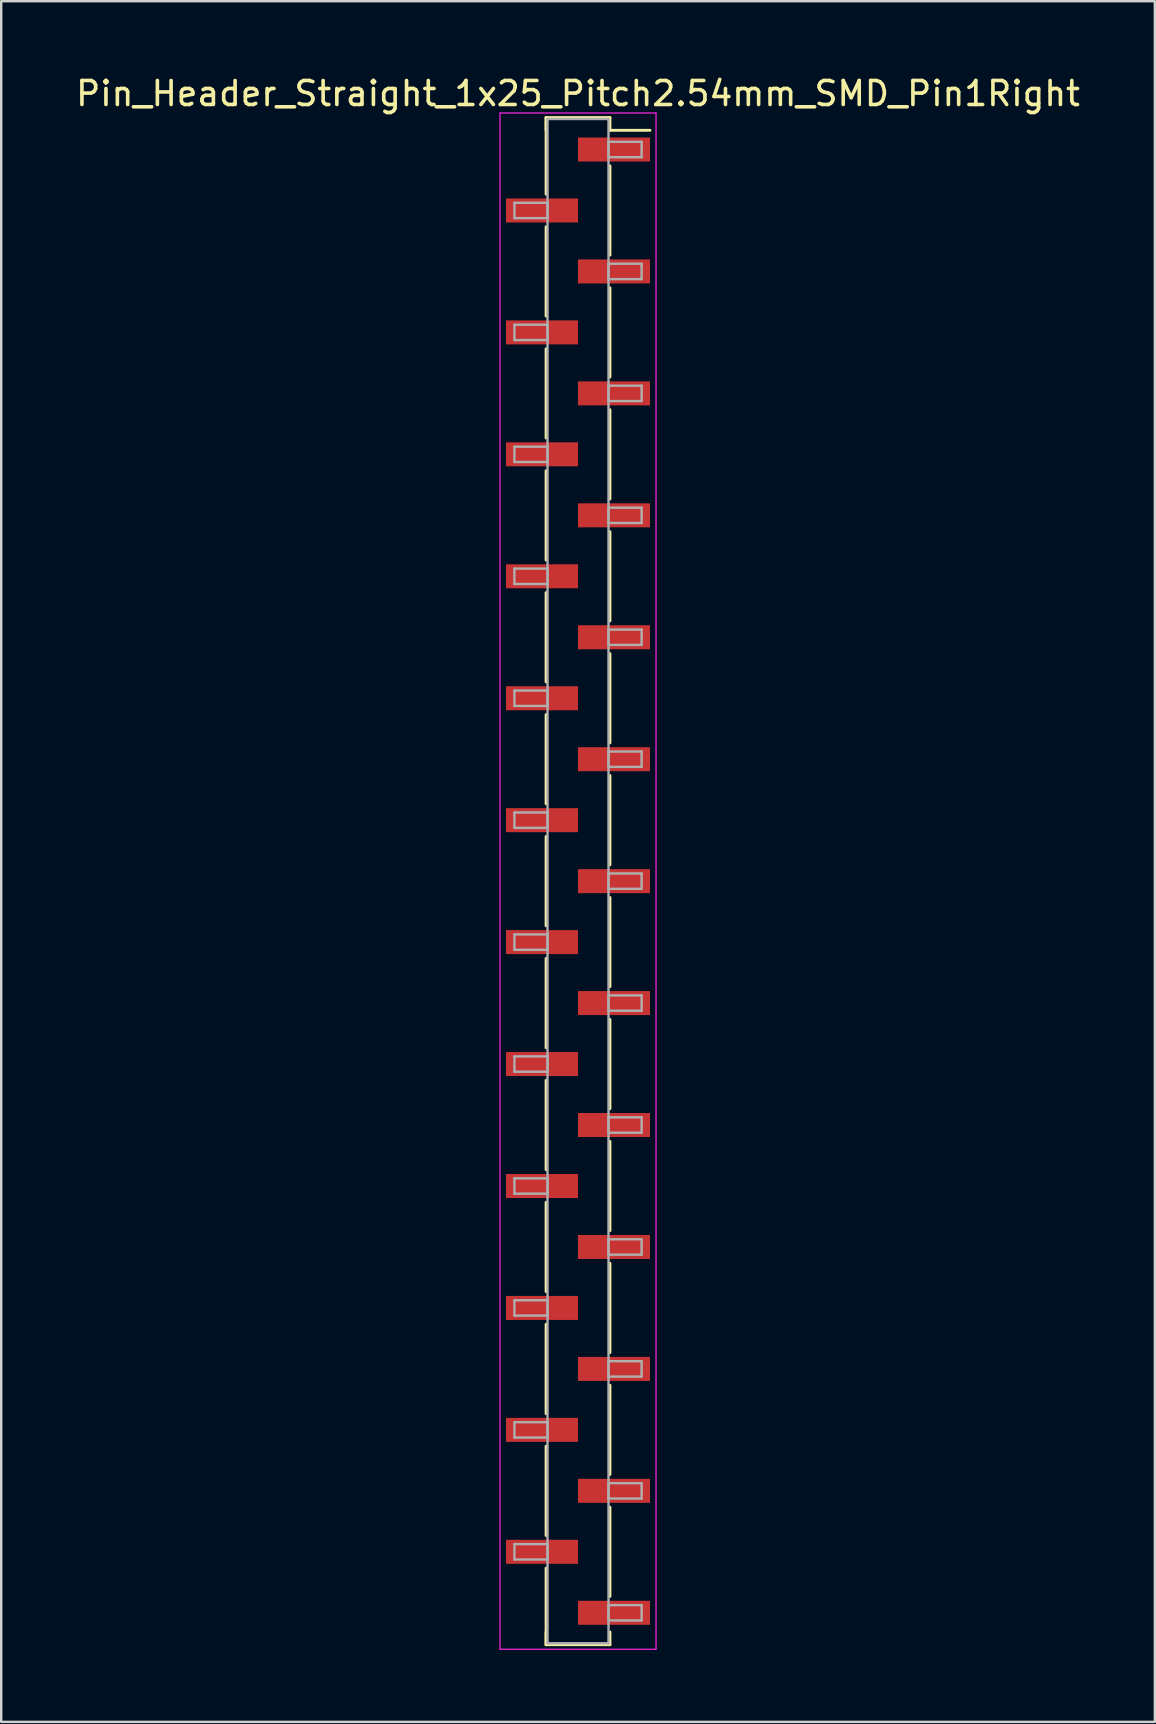
<source format=kicad_pcb>
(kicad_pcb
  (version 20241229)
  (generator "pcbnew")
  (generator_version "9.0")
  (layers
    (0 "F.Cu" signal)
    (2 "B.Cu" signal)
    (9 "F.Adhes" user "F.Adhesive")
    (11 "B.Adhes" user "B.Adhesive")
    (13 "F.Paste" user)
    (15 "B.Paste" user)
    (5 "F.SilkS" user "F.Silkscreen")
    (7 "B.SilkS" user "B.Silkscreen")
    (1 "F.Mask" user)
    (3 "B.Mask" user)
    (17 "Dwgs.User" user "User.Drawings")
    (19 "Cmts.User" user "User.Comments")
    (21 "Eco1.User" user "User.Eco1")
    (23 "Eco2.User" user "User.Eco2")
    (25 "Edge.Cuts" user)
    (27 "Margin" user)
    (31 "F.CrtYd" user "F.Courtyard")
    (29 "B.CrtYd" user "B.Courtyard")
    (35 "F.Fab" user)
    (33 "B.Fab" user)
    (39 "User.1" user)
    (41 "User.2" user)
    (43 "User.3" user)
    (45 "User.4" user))
  (footprint "Pin_Header_Straight_1x25_Pitch2.54mm_SMD_Pin1Right"
    (layer "F.Cu")
    (at 21.03 33.658)
    (property "Reference" "Pin_Header_Straight_1x25_Pitch2.54mm_SMD_Pin1Right" (at 0 -32.81 0) (layer "F.SilkS") (effects (font (size 1 1) (thickness 0.15))))
    (attr smd)
    (fp_line (start -1.33 -31.81) (end -1.33 -28.62) (stroke (width 0.12) (type solid)) (layer "F.SilkS"))
    (fp_line (start -1.33 -31.81) (end 1.33 -31.81) (stroke (width 0.12) (type solid)) (layer "F.SilkS"))
    (fp_line (start -1.33 -31.28) (end -1.33 -31.81) (stroke (width 0.12) (type solid)) (layer "F.SilkS"))
    (fp_line (start -1.33 -27.26) (end -1.33 -23.54) (stroke (width 0.12) (type solid)) (layer "F.SilkS"))
    (fp_line (start -1.33 -22.18) (end -1.33 -18.46) (stroke (width 0.12) (type solid)) (layer "F.SilkS"))
    (fp_line (start -1.33 -17.1) (end -1.33 -13.38) (stroke (width 0.12) (type solid)) (layer "F.SilkS"))
    (fp_line (start -1.33 -12.02) (end -1.33 -8.3) (stroke (width 0.12) (type solid)) (layer "F.SilkS"))
    (fp_line (start -1.33 -6.94) (end -1.33 -3.22) (stroke (width 0.12) (type solid)) (layer "F.SilkS"))
    (fp_line (start -1.33 -1.86) (end -1.33 1.86) (stroke (width 0.12) (type solid)) (layer "F.SilkS"))
    (fp_line (start -1.33 3.22) (end -1.33 6.94) (stroke (width 0.12) (type solid)) (layer "F.SilkS"))
    (fp_line (start -1.33 8.3) (end -1.33 12.02) (stroke (width 0.12) (type solid)) (layer "F.SilkS"))
    (fp_line (start -1.33 13.38) (end -1.33 17.1) (stroke (width 0.12) (type solid)) (layer "F.SilkS"))
    (fp_line (start -1.33 18.46) (end -1.33 22.18) (stroke (width 0.12) (type solid)) (layer "F.SilkS"))
    (fp_line (start -1.33 23.54) (end -1.33 27.26) (stroke (width 0.12) (type solid)) (layer "F.SilkS"))
    (fp_line (start -1.33 28.62) (end -1.33 31.81) (stroke (width 0.12) (type solid)) (layer "F.SilkS"))
    (fp_line (start -1.33 31.28) (end -1.33 31.81) (stroke (width 0.12) (type solid)) (layer "F.SilkS"))
    (fp_line (start -1.33 31.81) (end 1.33 31.81) (stroke (width 0.12) (type solid)) (layer "F.SilkS"))
    (fp_line (start 1.33 -31.81) (end 1.33 -31.28) (stroke (width 0.12) (type solid)) (layer "F.SilkS"))
    (fp_line (start 1.33 -31.28) (end 3 -31.28) (stroke (width 0.12) (type solid)) (layer "F.SilkS"))
    (fp_line (start 1.33 -29.8) (end 1.33 -26.08) (stroke (width 0.12) (type solid)) (layer "F.SilkS"))
    (fp_line (start 1.33 -24.72) (end 1.33 -21) (stroke (width 0.12) (type solid)) (layer "F.SilkS"))
    (fp_line (start 1.33 -19.64) (end 1.33 -15.92) (stroke (width 0.12) (type solid)) (layer "F.SilkS"))
    (fp_line (start 1.33 -14.56) (end 1.33 -10.84) (stroke (width 0.12) (type solid)) (layer "F.SilkS"))
    (fp_line (start 1.33 -9.48) (end 1.33 -5.76) (stroke (width 0.12) (type solid)) (layer "F.SilkS"))
    (fp_line (start 1.33 -4.4) (end 1.33 -0.68) (stroke (width 0.12) (type solid)) (layer "F.SilkS"))
    (fp_line (start 1.33 0.68) (end 1.33 4.4) (stroke (width 0.12) (type solid)) (layer "F.SilkS"))
    (fp_line (start 1.33 5.76) (end 1.33 9.48) (stroke (width 0.12) (type solid)) (layer "F.SilkS"))
    (fp_line (start 1.33 10.84) (end 1.33 14.56) (stroke (width 0.12) (type solid)) (layer "F.SilkS"))
    (fp_line (start 1.33 15.92) (end 1.33 19.64) (stroke (width 0.12) (type solid)) (layer "F.SilkS"))
    (fp_line (start 1.33 21) (end 1.33 24.72) (stroke (width 0.12) (type solid)) (layer "F.SilkS"))
    (fp_line (start 1.33 26.08) (end 1.33 29.8) (stroke (width 0.12) (type solid)) (layer "F.SilkS"))
    (fp_line (start 1.33 31.81) (end 1.33 31.28) (stroke (width 0.12) (type solid)) (layer "F.SilkS"))
    (fp_line (start -3.25 -32) (end -3.25 32) (stroke (width 0.05) (type solid)) (layer "F.CrtYd"))
    (fp_line (start -3.25 32) (end 3.25 32) (stroke (width 0.05) (type solid)) (layer "F.CrtYd"))
    (fp_line (start 3.25 -32) (end -3.25 -32) (stroke (width 0.05) (type solid)) (layer "F.CrtYd"))
    (fp_line (start 3.25 32) (end 3.25 -32) (stroke (width 0.05) (type solid)) (layer "F.CrtYd"))
    (fp_line (start -2.65 -28.26) (end -1.27 -28.26) (stroke (width 0.1) (type solid)) (layer "F.Fab"))
    (fp_line (start -2.65 -27.62) (end -2.65 -28.26) (stroke (width 0.1) (type solid)) (layer "F.Fab"))
    (fp_line (start -2.65 -23.18) (end -1.27 -23.18) (stroke (width 0.1) (type solid)) (layer "F.Fab"))
    (fp_line (start -2.65 -22.54) (end -2.65 -23.18) (stroke (width 0.1) (type solid)) (layer "F.Fab"))
    (fp_line (start -2.65 -18.1) (end -1.27 -18.1) (stroke (width 0.1) (type solid)) (layer "F.Fab"))
    (fp_line (start -2.65 -17.46) (end -2.65 -18.1) (stroke (width 0.1) (type solid)) (layer "F.Fab"))
    (fp_line (start -2.65 -13.02) (end -1.27 -13.02) (stroke (width 0.1) (type solid)) (layer "F.Fab"))
    (fp_line (start -2.65 -12.38) (end -2.65 -13.02) (stroke (width 0.1) (type solid)) (layer "F.Fab"))
    (fp_line (start -2.65 -7.94) (end -1.27 -7.94) (stroke (width 0.1) (type solid)) (layer "F.Fab"))
    (fp_line (start -2.65 -7.3) (end -2.65 -7.94) (stroke (width 0.1) (type solid)) (layer "F.Fab"))
    (fp_line (start -2.65 -2.86) (end -1.27 -2.86) (stroke (width 0.1) (type solid)) (layer "F.Fab"))
    (fp_line (start -2.65 -2.22) (end -2.65 -2.86) (stroke (width 0.1) (type solid)) (layer "F.Fab"))
    (fp_line (start -2.65 2.22) (end -1.27 2.22) (stroke (width 0.1) (type solid)) (layer "F.Fab"))
    (fp_line (start -2.65 2.86) (end -2.65 2.22) (stroke (width 0.1) (type solid)) (layer "F.Fab"))
    (fp_line (start -2.65 7.3) (end -1.27 7.3) (stroke (width 0.1) (type solid)) (layer "F.Fab"))
    (fp_line (start -2.65 7.94) (end -2.65 7.3) (stroke (width 0.1) (type solid)) (layer "F.Fab"))
    (fp_line (start -2.65 12.38) (end -1.27 12.38) (stroke (width 0.1) (type solid)) (layer "F.Fab"))
    (fp_line (start -2.65 13.02) (end -2.65 12.38) (stroke (width 0.1) (type solid)) (layer "F.Fab"))
    (fp_line (start -2.65 17.46) (end -1.27 17.46) (stroke (width 0.1) (type solid)) (layer "F.Fab"))
    (fp_line (start -2.65 18.1) (end -2.65 17.46) (stroke (width 0.1) (type solid)) (layer "F.Fab"))
    (fp_line (start -2.65 22.54) (end -1.27 22.54) (stroke (width 0.1) (type solid)) (layer "F.Fab"))
    (fp_line (start -2.65 23.18) (end -2.65 22.54) (stroke (width 0.1) (type solid)) (layer "F.Fab"))
    (fp_line (start -2.65 27.62) (end -1.27 27.62) (stroke (width 0.1) (type solid)) (layer "F.Fab"))
    (fp_line (start -2.65 28.26) (end -2.65 27.62) (stroke (width 0.1) (type solid)) (layer "F.Fab"))
    (fp_line (start -1.27 -31.75) (end -1.27 31.75) (stroke (width 0.1) (type solid)) (layer "F.Fab"))
    (fp_line (start -1.27 -28.26) (end -1.27 -27.62) (stroke (width 0.1) (type solid)) (layer "F.Fab"))
    (fp_line (start -1.27 -27.62) (end -2.65 -27.62) (stroke (width 0.1) (type solid)) (layer "F.Fab"))
    (fp_line (start -1.27 -23.18) (end -1.27 -22.54) (stroke (width 0.1) (type solid)) (layer "F.Fab"))
    (fp_line (start -1.27 -22.54) (end -2.65 -22.54) (stroke (width 0.1) (type solid)) (layer "F.Fab"))
    (fp_line (start -1.27 -18.1) (end -1.27 -17.46) (stroke (width 0.1) (type solid)) (layer "F.Fab"))
    (fp_line (start -1.27 -17.46) (end -2.65 -17.46) (stroke (width 0.1) (type solid)) (layer "F.Fab"))
    (fp_line (start -1.27 -13.02) (end -1.27 -12.38) (stroke (width 0.1) (type solid)) (layer "F.Fab"))
    (fp_line (start -1.27 -12.38) (end -2.65 -12.38) (stroke (width 0.1) (type solid)) (layer "F.Fab"))
    (fp_line (start -1.27 -7.94) (end -1.27 -7.3) (stroke (width 0.1) (type solid)) (layer "F.Fab"))
    (fp_line (start -1.27 -7.3) (end -2.65 -7.3) (stroke (width 0.1) (type solid)) (layer "F.Fab"))
    (fp_line (start -1.27 -2.86) (end -1.27 -2.22) (stroke (width 0.1) (type solid)) (layer "F.Fab"))
    (fp_line (start -1.27 -2.22) (end -2.65 -2.22) (stroke (width 0.1) (type solid)) (layer "F.Fab"))
    (fp_line (start -1.27 2.22) (end -1.27 2.86) (stroke (width 0.1) (type solid)) (layer "F.Fab"))
    (fp_line (start -1.27 2.86) (end -2.65 2.86) (stroke (width 0.1) (type solid)) (layer "F.Fab"))
    (fp_line (start -1.27 7.3) (end -1.27 7.94) (stroke (width 0.1) (type solid)) (layer "F.Fab"))
    (fp_line (start -1.27 7.94) (end -2.65 7.94) (stroke (width 0.1) (type solid)) (layer "F.Fab"))
    (fp_line (start -1.27 12.38) (end -1.27 13.02) (stroke (width 0.1) (type solid)) (layer "F.Fab"))
    (fp_line (start -1.27 13.02) (end -2.65 13.02) (stroke (width 0.1) (type solid)) (layer "F.Fab"))
    (fp_line (start -1.27 17.46) (end -1.27 18.1) (stroke (width 0.1) (type solid)) (layer "F.Fab"))
    (fp_line (start -1.27 18.1) (end -2.65 18.1) (stroke (width 0.1) (type solid)) (layer "F.Fab"))
    (fp_line (start -1.27 22.54) (end -1.27 23.18) (stroke (width 0.1) (type solid)) (layer "F.Fab"))
    (fp_line (start -1.27 23.18) (end -2.65 23.18) (stroke (width 0.1) (type solid)) (layer "F.Fab"))
    (fp_line (start -1.27 27.62) (end -1.27 28.26) (stroke (width 0.1) (type solid)) (layer "F.Fab"))
    (fp_line (start -1.27 28.26) (end -2.65 28.26) (stroke (width 0.1) (type solid)) (layer "F.Fab"))
    (fp_line (start -1.27 31.75) (end 1.27 31.75) (stroke (width 0.1) (type solid)) (layer "F.Fab"))
    (fp_line (start 1.27 -31.75) (end -1.27 -31.75) (stroke (width 0.1) (type solid)) (layer "F.Fab"))
    (fp_line (start 1.27 -30.8) (end 1.27 -30.16) (stroke (width 0.1) (type solid)) (layer "F.Fab"))
    (fp_line (start 1.27 -30.16) (end 2.65 -30.16) (stroke (width 0.1) (type solid)) (layer "F.Fab"))
    (fp_line (start 1.27 -25.72) (end 1.27 -25.08) (stroke (width 0.1) (type solid)) (layer "F.Fab"))
    (fp_line (start 1.27 -25.08) (end 2.65 -25.08) (stroke (width 0.1) (type solid)) (layer "F.Fab"))
    (fp_line (start 1.27 -20.64) (end 1.27 -20) (stroke (width 0.1) (type solid)) (layer "F.Fab"))
    (fp_line (start 1.27 -20) (end 2.65 -20) (stroke (width 0.1) (type solid)) (layer "F.Fab"))
    (fp_line (start 1.27 -15.56) (end 1.27 -14.92) (stroke (width 0.1) (type solid)) (layer "F.Fab"))
    (fp_line (start 1.27 -14.92) (end 2.65 -14.92) (stroke (width 0.1) (type solid)) (layer "F.Fab"))
    (fp_line (start 1.27 -10.48) (end 1.27 -9.84) (stroke (width 0.1) (type solid)) (layer "F.Fab"))
    (fp_line (start 1.27 -9.84) (end 2.65 -9.84) (stroke (width 0.1) (type solid)) (layer "F.Fab"))
    (fp_line (start 1.27 -5.4) (end 1.27 -4.76) (stroke (width 0.1) (type solid)) (layer "F.Fab"))
    (fp_line (start 1.27 -4.76) (end 2.65 -4.76) (stroke (width 0.1) (type solid)) (layer "F.Fab"))
    (fp_line (start 1.27 -0.32) (end 1.27 0.32) (stroke (width 0.1) (type solid)) (layer "F.Fab"))
    (fp_line (start 1.27 0.32) (end 2.65 0.32) (stroke (width 0.1) (type solid)) (layer "F.Fab"))
    (fp_line (start 1.27 4.76) (end 1.27 5.4) (stroke (width 0.1) (type solid)) (layer "F.Fab"))
    (fp_line (start 1.27 5.4) (end 2.65 5.4) (stroke (width 0.1) (type solid)) (layer "F.Fab"))
    (fp_line (start 1.27 9.84) (end 1.27 10.48) (stroke (width 0.1) (type solid)) (layer "F.Fab"))
    (fp_line (start 1.27 10.48) (end 2.65 10.48) (stroke (width 0.1) (type solid)) (layer "F.Fab"))
    (fp_line (start 1.27 14.92) (end 1.27 15.56) (stroke (width 0.1) (type solid)) (layer "F.Fab"))
    (fp_line (start 1.27 15.56) (end 2.65 15.56) (stroke (width 0.1) (type solid)) (layer "F.Fab"))
    (fp_line (start 1.27 20) (end 1.27 20.64) (stroke (width 0.1) (type solid)) (layer "F.Fab"))
    (fp_line (start 1.27 20.64) (end 2.65 20.64) (stroke (width 0.1) (type solid)) (layer "F.Fab"))
    (fp_line (start 1.27 25.08) (end 1.27 25.72) (stroke (width 0.1) (type solid)) (layer "F.Fab"))
    (fp_line (start 1.27 25.72) (end 2.65 25.72) (stroke (width 0.1) (type solid)) (layer "F.Fab"))
    (fp_line (start 1.27 30.16) (end 1.27 30.8) (stroke (width 0.1) (type solid)) (layer "F.Fab"))
    (fp_line (start 1.27 30.8) (end 2.65 30.8) (stroke (width 0.1) (type solid)) (layer "F.Fab"))
    (fp_line (start 1.27 31.75) (end 1.27 -31.75) (stroke (width 0.1) (type solid)) (layer "F.Fab"))
    (fp_line (start 2.65 -30.8) (end 1.27 -30.8) (stroke (width 0.1) (type solid)) (layer "F.Fab"))
    (fp_line (start 2.65 -30.16) (end 2.65 -30.8) (stroke (width 0.1) (type solid)) (layer "F.Fab"))
    (fp_line (start 2.65 -25.72) (end 1.27 -25.72) (stroke (width 0.1) (type solid)) (layer "F.Fab"))
    (fp_line (start 2.65 -25.08) (end 2.65 -25.72) (stroke (width 0.1) (type solid)) (layer "F.Fab"))
    (fp_line (start 2.65 -20.64) (end 1.27 -20.64) (stroke (width 0.1) (type solid)) (layer "F.Fab"))
    (fp_line (start 2.65 -20) (end 2.65 -20.64) (stroke (width 0.1) (type solid)) (layer "F.Fab"))
    (fp_line (start 2.65 -15.56) (end 1.27 -15.56) (stroke (width 0.1) (type solid)) (layer "F.Fab"))
    (fp_line (start 2.65 -14.92) (end 2.65 -15.56) (stroke (width 0.1) (type solid)) (layer "F.Fab"))
    (fp_line (start 2.65 -10.48) (end 1.27 -10.48) (stroke (width 0.1) (type solid)) (layer "F.Fab"))
    (fp_line (start 2.65 -9.84) (end 2.65 -10.48) (stroke (width 0.1) (type solid)) (layer "F.Fab"))
    (fp_line (start 2.65 -5.4) (end 1.27 -5.4) (stroke (width 0.1) (type solid)) (layer "F.Fab"))
    (fp_line (start 2.65 -4.76) (end 2.65 -5.4) (stroke (width 0.1) (type solid)) (layer "F.Fab"))
    (fp_line (start 2.65 -0.32) (end 1.27 -0.32) (stroke (width 0.1) (type solid)) (layer "F.Fab"))
    (fp_line (start 2.65 0.32) (end 2.65 -0.32) (stroke (width 0.1) (type solid)) (layer "F.Fab"))
    (fp_line (start 2.65 4.76) (end 1.27 4.76) (stroke (width 0.1) (type solid)) (layer "F.Fab"))
    (fp_line (start 2.65 5.4) (end 2.65 4.76) (stroke (width 0.1) (type solid)) (layer "F.Fab"))
    (fp_line (start 2.65 9.84) (end 1.27 9.84) (stroke (width 0.1) (type solid)) (layer "F.Fab"))
    (fp_line (start 2.65 10.48) (end 2.65 9.84) (stroke (width 0.1) (type solid)) (layer "F.Fab"))
    (fp_line (start 2.65 14.92) (end 1.27 14.92) (stroke (width 0.1) (type solid)) (layer "F.Fab"))
    (fp_line (start 2.65 15.56) (end 2.65 14.92) (stroke (width 0.1) (type solid)) (layer "F.Fab"))
    (fp_line (start 2.65 20) (end 1.27 20) (stroke (width 0.1) (type solid)) (layer "F.Fab"))
    (fp_line (start 2.65 20.64) (end 2.65 20) (stroke (width 0.1) (type solid)) (layer "F.Fab"))
    (fp_line (start 2.65 25.08) (end 1.27 25.08) (stroke (width 0.1) (type solid)) (layer "F.Fab"))
    (fp_line (start 2.65 25.72) (end 2.65 25.08) (stroke (width 0.1) (type solid)) (layer "F.Fab"))
    (fp_line (start 2.65 30.16) (end 1.27 30.16) (stroke (width 0.1) (type solid)) (layer "F.Fab"))
    (fp_line (start 2.65 30.8) (end 2.65 30.16) (stroke (width 0.1) (type solid)) (layer "F.Fab"))
    (pad "1" smd rect (at 1.5 -30.48) (size 3 1) (layers "F.Cu" "F.Mask"))
    (pad "2" smd rect (at -1.5 -27.94) (size 3 1) (layers "F.Cu" "F.Mask"))
    (pad "3" smd rect (at 1.5 -25.4) (size 3 1) (layers "F.Cu" "F.Mask"))
    (pad "4" smd rect (at -1.5 -22.86) (size 3 1) (layers "F.Cu" "F.Mask"))
    (pad "5" smd rect (at 1.5 -20.32) (size 3 1) (layers "F.Cu" "F.Mask"))
    (pad "6" smd rect (at -1.5 -17.78) (size 3 1) (layers "F.Cu" "F.Mask"))
    (pad "7" smd rect (at 1.5 -15.24) (size 3 1) (layers "F.Cu" "F.Mask"))
    (pad "8" smd rect (at -1.5 -12.7) (size 3 1) (layers "F.Cu" "F.Mask"))
    (pad "9" smd rect (at 1.5 -10.16) (size 3 1) (layers "F.Cu" "F.Mask"))
    (pad "10" smd rect (at -1.5 -7.62) (size 3 1) (layers "F.Cu" "F.Mask"))
    (pad "11" smd rect (at 1.5 -5.08) (size 3 1) (layers "F.Cu" "F.Mask"))
    (pad "12" smd rect (at -1.5 -2.54) (size 3 1) (layers "F.Cu" "F.Mask"))
    (pad "13" smd rect (at 1.5 0) (size 3 1) (layers "F.Cu" "F.Mask"))
    (pad "14" smd rect (at -1.5 2.54) (size 3 1) (layers "F.Cu" "F.Mask"))
    (pad "15" smd rect (at 1.5 5.08) (size 3 1) (layers "F.Cu" "F.Mask"))
    (pad "16" smd rect (at -1.5 7.62) (size 3 1) (layers "F.Cu" "F.Mask"))
    (pad "17" smd rect (at 1.5 10.16) (size 3 1) (layers "F.Cu" "F.Mask"))
    (pad "18" smd rect (at -1.5 12.7) (size 3 1) (layers "F.Cu" "F.Mask"))
    (pad "19" smd rect (at 1.5 15.24) (size 3 1) (layers "F.Cu" "F.Mask"))
    (pad "20" smd rect (at -1.5 17.78) (size 3 1) (layers "F.Cu" "F.Mask"))
    (pad "21" smd rect (at 1.5 20.32) (size 3 1) (layers "F.Cu" "F.Mask"))
    (pad "22" smd rect (at -1.5 22.86) (size 3 1) (layers "F.Cu" "F.Mask"))
    (pad "23" smd rect (at 1.5 25.4) (size 3 1) (layers "F.Cu" "F.Mask"))
    (pad "24" smd rect (at -1.5 27.94) (size 3 1) (layers "F.Cu" "F.Mask"))
    (pad "25" smd rect (at 1.5 30.48) (size 3 1) (layers "F.Cu" "F.Mask")))
  (gr_rect
    (start -3 -3)
    (end 45.06 68.683)
    (stroke (width 0.1) (type default))
    (fill no)
    (layer "Edge.Cuts")))
</source>
